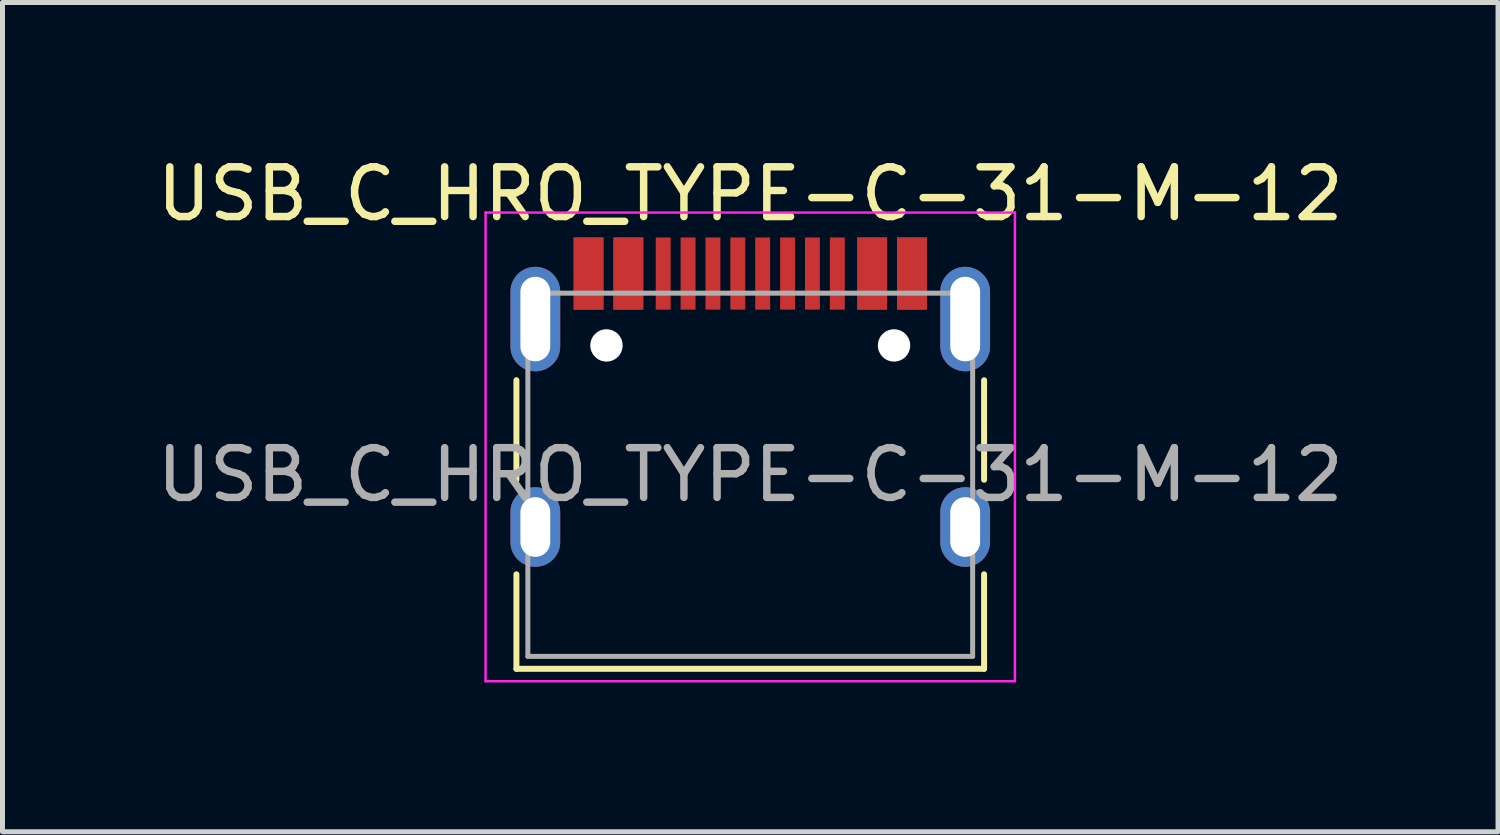
<source format=kicad_pcb>
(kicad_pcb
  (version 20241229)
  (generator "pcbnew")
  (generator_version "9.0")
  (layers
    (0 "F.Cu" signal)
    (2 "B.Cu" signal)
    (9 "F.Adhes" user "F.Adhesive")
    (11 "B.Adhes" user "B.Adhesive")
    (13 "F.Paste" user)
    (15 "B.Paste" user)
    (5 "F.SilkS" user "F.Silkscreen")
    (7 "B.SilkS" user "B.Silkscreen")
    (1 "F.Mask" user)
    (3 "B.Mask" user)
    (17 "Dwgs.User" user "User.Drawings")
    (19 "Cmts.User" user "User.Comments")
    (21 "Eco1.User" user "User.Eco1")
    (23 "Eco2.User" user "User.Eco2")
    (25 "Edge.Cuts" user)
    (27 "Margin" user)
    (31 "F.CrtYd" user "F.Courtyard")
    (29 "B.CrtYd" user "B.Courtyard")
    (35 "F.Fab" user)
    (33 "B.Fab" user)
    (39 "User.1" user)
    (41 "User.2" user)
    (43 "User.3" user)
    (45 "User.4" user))
  (footprint "USB_C_HRO_TYPE-C-31-M-12"
    (layer "F.Cu")
    (at 12.03 6.493)
    (property "Reference" "USB_C_HRO_TYPE-C-31-M-12" (at 0 -5.645 0) (layer "F.SilkS") (effects (font (size 1 1) (thickness 0.15))))
    (attr through_hole)
    (fp_line (start -4.7 -1.9) (end -4.7 0.1) (stroke (width 0.12) (type solid)) (layer "F.SilkS"))
    (fp_line (start -4.7 2) (end -4.7 3.9) (stroke (width 0.12) (type solid)) (layer "F.SilkS"))
    (fp_line (start -4.7 3.9) (end 4.7 3.9) (stroke (width 0.12) (type solid)) (layer "F.SilkS"))
    (fp_line (start 4.7 -1.9) (end 4.7 0.1) (stroke (width 0.12) (type solid)) (layer "F.SilkS"))
    (fp_line (start 4.7 2) (end 4.7 3.9) (stroke (width 0.12) (type solid)) (layer "F.SilkS"))
    (fp_line (start -5.32 -5.27) (end -5.32 4.15) (stroke (width 0.05) (type solid)) (layer "F.CrtYd"))
    (fp_line (start -5.32 -5.27) (end 5.32 -5.27) (stroke (width 0.05) (type solid)) (layer "F.CrtYd"))
    (fp_line (start -5.32 4.15) (end 5.32 4.15) (stroke (width 0.05) (type solid)) (layer "F.CrtYd"))
    (fp_line (start 5.32 -5.27) (end 5.32 4.15) (stroke (width 0.05) (type solid)) (layer "F.CrtYd"))
    (fp_line (start -4.47 -3.65) (end -4.47 3.65) (stroke (width 0.1) (type solid)) (layer "F.Fab"))
    (fp_line (start -4.47 -3.65) (end 4.47 -3.65) (stroke (width 0.1) (type solid)) (layer "F.Fab"))
    (fp_line (start -4.47 3.65) (end 4.47 3.65) (stroke (width 0.1) (type solid)) (layer "F.Fab"))
    (fp_line (start 4.47 -3.65) (end 4.47 3.65) (stroke (width 0.1) (type solid)) (layer "F.Fab"))
    (fp_text user "${REFERENCE}" (at 0 0 0) (layer "F.Fab") (effects (font (size 1 1) (thickness 0.15))))
    (pad "" np_thru_hole circle (at -2.89 -2.6) (size 0.65 0.65) (drill 0.65) (layers "*.Cu" "*.Mask"))
    (pad "" np_thru_hole circle (at 2.89 -2.6) (size 0.65 0.65) (drill 0.65) (layers "*.Cu" "*.Mask"))
    (pad "A1" smd rect (at -3.25 -4.045) (size 0.6 1.45) (layers "F.Cu" "F.Mask" "F.Paste"))
    (pad "A4" smd rect (at -2.45 -4.045) (size 0.6 1.45) (layers "F.Cu" "F.Mask" "F.Paste"))
    (pad "A5" smd rect (at -1.25 -4.045) (size 0.3 1.45) (layers "F.Cu" "F.Mask" "F.Paste"))
    (pad "A6" smd rect (at -0.25 -4.045) (size 0.3 1.45) (layers "F.Cu" "F.Mask" "F.Paste"))
    (pad "A7" smd rect (at 0.25 -4.045) (size 0.3 1.45) (layers "F.Cu" "F.Mask" "F.Paste"))
    (pad "A8" smd rect (at 1.25 -4.045) (size 0.3 1.45) (layers "F.Cu" "F.Mask" "F.Paste"))
    (pad "A9" smd rect (at 2.45 -4.045) (size 0.6 1.45) (layers "F.Cu" "F.Mask" "F.Paste"))
    (pad "A12" smd rect (at 3.25 -4.045) (size 0.6 1.45) (layers "F.Cu" "F.Mask" "F.Paste"))
    (pad "B1" smd rect (at 3.25 -4.045) (size 0.6 1.45) (layers "F.Cu" "F.Mask" "F.Paste"))
    (pad "B4" smd rect (at 2.45 -4.045) (size 0.6 1.45) (layers "F.Cu" "F.Mask" "F.Paste"))
    (pad "B5" smd rect (at 1.75 -4.045) (size 0.3 1.45) (layers "F.Cu" "F.Mask" "F.Paste"))
    (pad "B6" smd rect (at 0.75 -4.045) (size 0.3 1.45) (layers "F.Cu" "F.Mask" "F.Paste"))
    (pad "B7" smd rect (at -0.75 -4.045) (size 0.3 1.45) (layers "F.Cu" "F.Mask" "F.Paste"))
    (pad "B8" smd rect (at -1.75 -4.045) (size 0.3 1.45) (layers "F.Cu" "F.Mask" "F.Paste"))
    (pad "B9" smd rect (at -2.45 -4.045) (size 0.6 1.45) (layers "F.Cu" "F.Mask" "F.Paste"))
    (pad "B12" smd rect (at -3.25 -4.045) (size 0.6 1.45) (layers "F.Cu" "F.Mask" "F.Paste"))
    (pad "S1" thru_hole oval (at -4.32 -3.13) (size 1 2.1) (drill oval 0.6 1.7) (layers "*.Cu" "*.Mask"))
    (pad "S1" thru_hole oval (at -4.32 1.05) (size 1 1.6) (drill oval 0.6 1.2) (layers "*.Cu" "*.Mask"))
    (pad "S1" thru_hole oval (at 4.32 -3.13) (size 1 2.1) (drill oval 0.6 1.7) (layers "*.Cu" "*.Mask"))
    (pad "S1" thru_hole oval (at 4.32 1.05) (size 1 1.6) (drill oval 0.6 1.2) (layers "*.Cu" "*.Mask")))
  (gr_rect
    (start -3 -3)
    (end 27.06 13.668)
    (stroke (width 0.1) (type default))
    (fill no)
    (layer "Edge.Cuts")))
</source>
